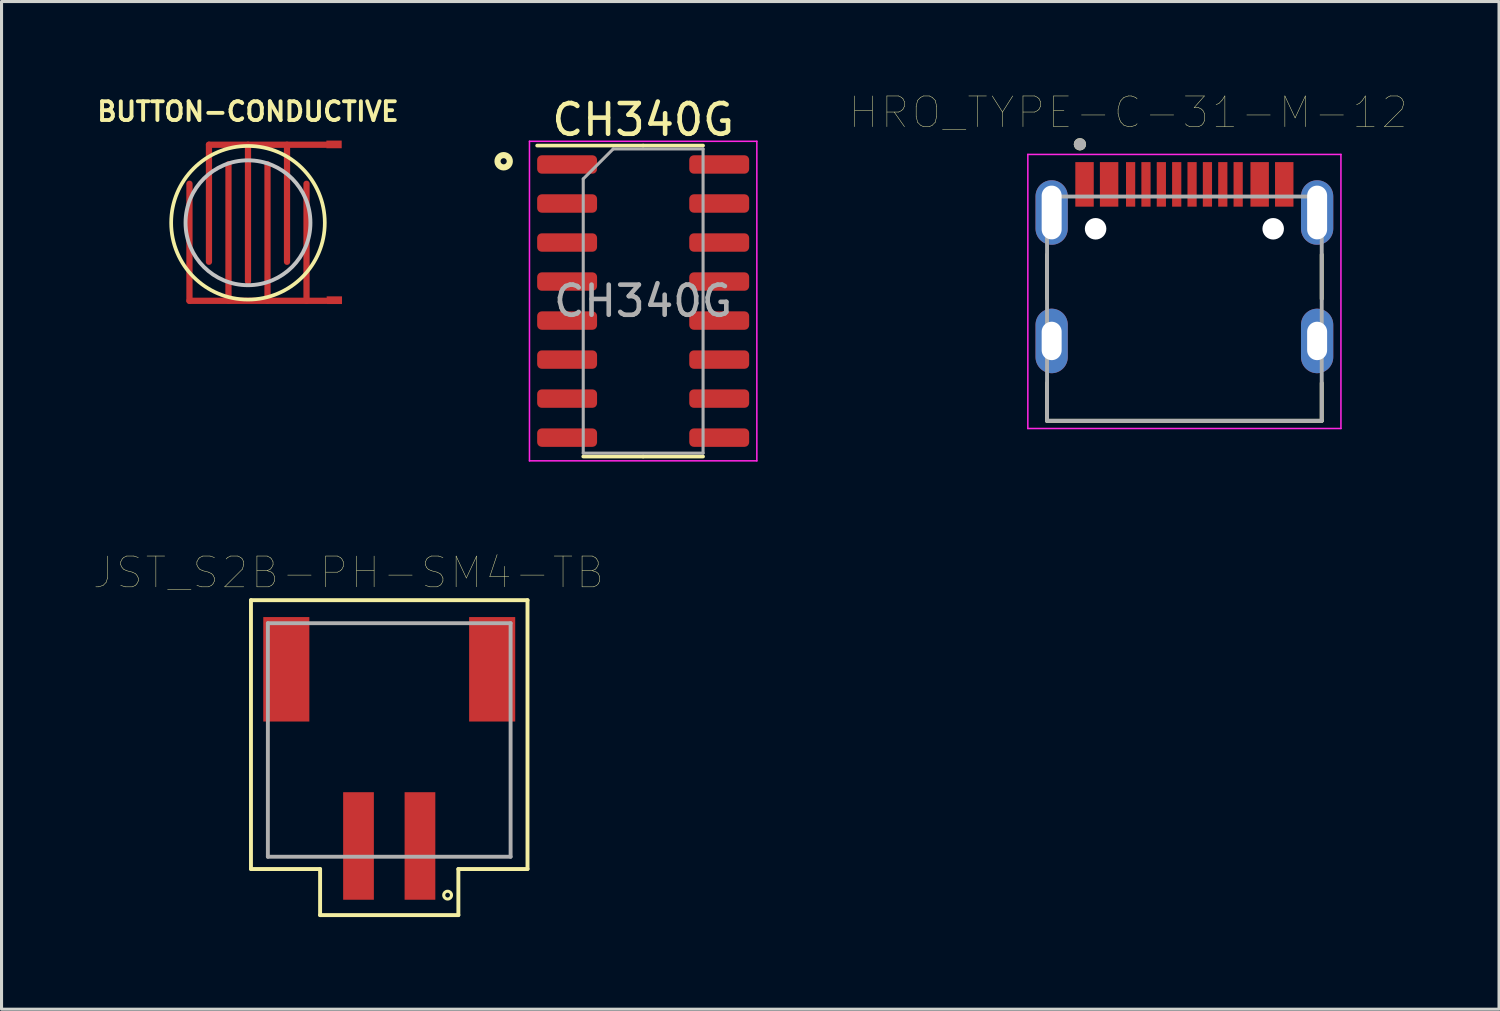
<source format=kicad_pcb>
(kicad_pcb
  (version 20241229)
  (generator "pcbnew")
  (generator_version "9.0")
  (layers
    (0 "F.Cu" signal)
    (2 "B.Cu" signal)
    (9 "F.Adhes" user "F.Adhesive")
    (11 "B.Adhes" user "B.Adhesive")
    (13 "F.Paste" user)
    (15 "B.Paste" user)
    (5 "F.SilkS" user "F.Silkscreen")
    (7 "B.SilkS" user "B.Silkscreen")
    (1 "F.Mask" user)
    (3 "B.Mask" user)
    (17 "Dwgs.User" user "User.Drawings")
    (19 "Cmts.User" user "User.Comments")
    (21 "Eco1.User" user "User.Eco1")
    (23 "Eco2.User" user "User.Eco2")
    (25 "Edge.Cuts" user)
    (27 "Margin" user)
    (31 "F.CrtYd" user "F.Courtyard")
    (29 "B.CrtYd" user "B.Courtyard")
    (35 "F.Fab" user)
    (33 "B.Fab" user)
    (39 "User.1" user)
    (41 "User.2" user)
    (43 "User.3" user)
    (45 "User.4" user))
  (footprint "HRO_TYPE-C-31-M-12"
    (layer "F.Cu")
    (at 35.497 8.046)
    (property "Reference" "HRO_TYPE-C-31-M-12" (at -1.825 -7.435 0) (layer "F.SilkS") (effects (font (size 1 1) (thickness 0.015))))
    (attr through_hole)
    (fp_line (start -4.47 -2.81) (end -4.47 -1.37) (stroke (width 0.127) (type solid)) (layer "F.SilkS"))
    (fp_line (start -4.47 2.6) (end -4.47 1.37) (stroke (width 0.127) (type solid)) (layer "F.SilkS"))
    (fp_line (start 4.47 -2.81) (end 4.47 -1.37) (stroke (width 0.127) (type solid)) (layer "F.SilkS"))
    (fp_line (start 4.47 1.37) (end 4.47 2.6) (stroke (width 0.127) (type solid)) (layer "F.SilkS"))
    (fp_line (start 4.47 2.6) (end -4.47 2.6) (stroke (width 0.127) (type solid)) (layer "F.SilkS"))
    (fp_circle (center -3.4 -6.4) (end -3.3 -6.4) (stroke (width 0.2) (type solid)) (fill no) (layer "F.SilkS"))
    (fp_line (start -5.095 -6.07) (end -5.095 2.85) (stroke (width 0.05) (type solid)) (layer "F.CrtYd"))
    (fp_line (start -5.095 2.85) (end 5.095 2.85) (stroke (width 0.05) (type solid)) (layer "F.CrtYd"))
    (fp_line (start 5.095 -6.07) (end -5.095 -6.07) (stroke (width 0.05) (type solid)) (layer "F.CrtYd"))
    (fp_line (start 5.095 2.85) (end 5.095 -6.07) (stroke (width 0.05) (type solid)) (layer "F.CrtYd"))
    (fp_line (start -4.47 -4.7) (end -4.47 2.6) (stroke (width 0.127) (type solid)) (layer "F.Fab"))
    (fp_line (start -4.47 2.6) (end 4.47 2.6) (stroke (width 0.127) (type solid)) (layer "F.Fab"))
    (fp_line (start 4.47 -4.7) (end -4.47 -4.7) (stroke (width 0.127) (type solid)) (layer "F.Fab"))
    (fp_line (start 4.47 2.6) (end 4.47 -4.7) (stroke (width 0.127) (type solid)) (layer "F.Fab"))
    (fp_circle (center -3.4 -6.4) (end -3.3 -6.4) (stroke (width 0.2) (type solid)) (fill no) (layer "F.Fab"))
    (pad "" np_thru_hole circle (at -2.89 -3.65) (size 0.7 0.7) (drill 0.7) (layers "*.Cu" "*.Mask"))
    (pad "" np_thru_hole circle (at 2.89 -3.65) (size 0.7 0.7) (drill 0.7) (layers "*.Cu" "*.Mask"))
    (pad "A1B12" smd rect (at -3.25 -5.095) (size 0.6 1.45) (layers "F.Cu" "F.Mask" "F.Paste"))
    (pad "A4B9" smd rect (at -2.45 -5.095) (size 0.6 1.45) (layers "F.Cu" "F.Mask" "F.Paste"))
    (pad "A5" smd rect (at -1.25 -5.095) (size 0.3 1.45) (layers "F.Cu" "F.Mask" "F.Paste"))
    (pad "A6" smd rect (at -0.25 -5.095) (size 0.3 1.45) (layers "F.Cu" "F.Mask" "F.Paste"))
    (pad "A7" smd rect (at 0.25 -5.095) (size 0.3 1.45) (layers "F.Cu" "F.Mask" "F.Paste"))
    (pad "A8" smd rect (at 1.25 -5.095) (size 0.3 1.45) (layers "F.Cu" "F.Mask" "F.Paste"))
    (pad "B1A12" smd rect (at 3.25 -5.095) (size 0.6 1.45) (layers "F.Cu" "F.Mask" "F.Paste"))
    (pad "B4A9" smd rect (at 2.45 -5.095) (size 0.6 1.45) (layers "F.Cu" "F.Mask" "F.Paste"))
    (pad "B5" smd rect (at 1.75 -5.095) (size 0.3 1.45) (layers "F.Cu" "F.Mask" "F.Paste"))
    (pad "B6" smd rect (at 0.75 -5.095) (size 0.3 1.45) (layers "F.Cu" "F.Mask" "F.Paste"))
    (pad "B7" smd rect (at -0.75 -5.095) (size 0.3 1.45) (layers "F.Cu" "F.Mask" "F.Paste"))
    (pad "B8" smd rect (at -1.75 -5.095) (size 0.3 1.45) (layers "F.Cu" "F.Mask" "F.Paste"))
    (pad "S1" thru_hole oval (at -4.32 -4.18) (size 1.05 2.1) (drill oval 0.65 1.75) (layers "*.Cu" "*.Mask"))
    (pad "S2" thru_hole oval (at 4.32 -4.18) (size 1.05 2.1) (drill oval 0.65 1.75) (layers "*.Cu" "*.Mask"))
    (pad "S3" thru_hole oval (at -4.32 0) (size 1.05 2.1) (drill oval 0.65 1.25) (layers "*.Cu" "*.Mask"))
    (pad "S4" thru_hole oval (at 4.32 0) (size 1.05 2.1) (drill oval 0.65 1.25) (layers "*.Cu" "*.Mask")))
  (footprint "BUTTON-CONDUCTIVE"
    (layer "F.Cu")
    (at 5.021 4.2)
    (property "Reference" "BUTTON-CONDUCTIVE" (at 0 -3.62 180) (layer "F.SilkS") (effects (font (size 0.61 0.61) (thickness 0.127))))
    (attr smd)
    (fp_line (start -1.905 -1.27) (end -1.905 2.54) (stroke (width 0.203) (type solid)) (layer "F.Cu"))
    (fp_line (start -1.905 2.54) (end 2.54 2.54) (stroke (width 0.203) (type solid)) (layer "F.Cu"))
    (fp_line (start -1.27 -2.54) (end 2.54 -2.54) (stroke (width 0.203) (type solid)) (layer "F.Cu"))
    (fp_line (start -1.27 1.27) (end -1.27 -2.54) (stroke (width 0.203) (type solid)) (layer "F.Cu"))
    (fp_line (start -0.635 -1.905) (end -0.635 2.54) (stroke (width 0.203) (type solid)) (layer "F.Cu"))
    (fp_line (start 0 1.905) (end 0 -2.54) (stroke (width 0.203) (type solid)) (layer "F.Cu"))
    (fp_line (start 0.635 -1.905) (end 0.635 2.54) (stroke (width 0.203) (type solid)) (layer "F.Cu"))
    (fp_line (start 1.27 1.27) (end 1.27 -2.54) (stroke (width 0.203) (type solid)) (layer "F.Cu"))
    (fp_line (start 1.905 -1.27) (end 1.905 2.54) (stroke (width 0.203) (type solid)) (layer "F.Cu"))
    (fp_circle (center 0 0) (end 0.254 0) (stroke (width 0.508) (type solid)) (fill no) (layer "F.Mask"))
    (fp_circle (center 0 0) (end 0.762 0) (stroke (width 0.508) (type solid)) (fill no) (layer "F.Mask"))
    (fp_circle (center 0 0) (end 1.27 0) (stroke (width 0.508) (type solid)) (fill no) (layer "F.Mask"))
    (fp_circle (center 0 0) (end 1.778 0) (stroke (width 0.508) (type solid)) (fill no) (layer "F.Mask"))
    (fp_circle (center 0 0) (end 2.5 0) (stroke (width 0.12) (type solid)) (fill no) (layer "F.SilkS"))
    (fp_circle (center 0 0) (end 0 -2.032) (stroke (width 0.127) (type solid)) (fill no) (layer "Dwgs.User"))
    (pad "1" smd rect (at 2.8 -2.55) (size 0.5 0.25) (layers "F.Cu" "F.Mask" "F.Paste"))
    (pad "2" smd rect (at 2.81 2.52) (size 0.5 0.25) (layers "F.Cu" "F.Mask" "F.Paste")))
  (footprint "CH340G"
    (layer "F.Cu")
    (at 17.882 6.748)
    (property "Reference" "CH340G" (at 0 -5.9 0) (layer "F.SilkS") (effects (font (size 1 1) (thickness 0.15))))
    (attr smd)
    (fp_line (start 0 -5.06) (end -3.45 -5.06) (stroke (width 0.12) (type solid)) (layer "F.SilkS"))
    (fp_line (start 0 -5.06) (end 1.95 -5.06) (stroke (width 0.12) (type solid)) (layer "F.SilkS"))
    (fp_line (start 0 5.06) (end -1.95 5.06) (stroke (width 0.12) (type solid)) (layer "F.SilkS"))
    (fp_line (start 0 5.06) (end 1.95 5.06) (stroke (width 0.12) (type solid)) (layer "F.SilkS"))
    (fp_circle (center -4.54 -4.55) (end -4.34 -4.55) (stroke (width 0.2) (type solid)) (fill no) (layer "F.SilkS"))
    (fp_line (start -3.7 -5.2) (end -3.7 5.2) (stroke (width 0.05) (type solid)) (layer "F.CrtYd"))
    (fp_line (start -3.7 5.2) (end 3.7 5.2) (stroke (width 0.05) (type solid)) (layer "F.CrtYd"))
    (fp_line (start 3.7 -5.2) (end -3.7 -5.2) (stroke (width 0.05) (type solid)) (layer "F.CrtYd"))
    (fp_line (start 3.7 5.2) (end 3.7 -5.2) (stroke (width 0.05) (type solid)) (layer "F.CrtYd"))
    (fp_line (start -1.95 -3.975) (end -0.975 -4.95) (stroke (width 0.1) (type solid)) (layer "F.Fab"))
    (fp_line (start -1.95 4.95) (end -1.95 -3.975) (stroke (width 0.1) (type solid)) (layer "F.Fab"))
    (fp_line (start -0.975 -4.95) (end 1.95 -4.95) (stroke (width 0.1) (type solid)) (layer "F.Fab"))
    (fp_line (start 1.95 -4.95) (end 1.95 4.95) (stroke (width 0.1) (type solid)) (layer "F.Fab"))
    (fp_line (start 1.95 4.95) (end -1.95 4.95) (stroke (width 0.1) (type solid)) (layer "F.Fab"))
    (fp_text user "${REFERENCE}" (at 0 0 0) (layer "F.Fab") (effects (font (size 0.98 0.98) (thickness 0.15))))
    (pad "1" smd roundrect (at -2.475 -4.445) (size 1.95 0.6) (layers "F.Cu" "F.Mask" "F.Paste") (roundrect_rratio 0.25))
    (pad "2" smd roundrect (at -2.475 -3.175) (size 1.95 0.6) (layers "F.Cu" "F.Mask" "F.Paste") (roundrect_rratio 0.25))
    (pad "3" smd roundrect (at -2.475 -1.905) (size 1.95 0.6) (layers "F.Cu" "F.Mask" "F.Paste") (roundrect_rratio 0.25))
    (pad "4" smd roundrect (at -2.475 -0.635) (size 1.95 0.6) (layers "F.Cu" "F.Mask" "F.Paste") (roundrect_rratio 0.25))
    (pad "5" smd roundrect (at -2.475 0.635) (size 1.95 0.6) (layers "F.Cu" "F.Mask" "F.Paste") (roundrect_rratio 0.25))
    (pad "6" smd roundrect (at -2.475 1.905) (size 1.95 0.6) (layers "F.Cu" "F.Mask" "F.Paste") (roundrect_rratio 0.25))
    (pad "7" smd roundrect (at -2.475 3.175) (size 1.95 0.6) (layers "F.Cu" "F.Mask" "F.Paste") (roundrect_rratio 0.25))
    (pad "8" smd roundrect (at -2.475 4.445) (size 1.95 0.6) (layers "F.Cu" "F.Mask" "F.Paste") (roundrect_rratio 0.25))
    (pad "9" smd roundrect (at 2.475 4.445) (size 1.95 0.6) (layers "F.Cu" "F.Mask" "F.Paste") (roundrect_rratio 0.25))
    (pad "10" smd roundrect (at 2.475 3.175) (size 1.95 0.6) (layers "F.Cu" "F.Mask" "F.Paste") (roundrect_rratio 0.25))
    (pad "11" smd roundrect (at 2.475 1.905) (size 1.95 0.6) (layers "F.Cu" "F.Mask" "F.Paste") (roundrect_rratio 0.25))
    (pad "12" smd roundrect (at 2.475 0.635) (size 1.95 0.6) (layers "F.Cu" "F.Mask" "F.Paste") (roundrect_rratio 0.25))
    (pad "13" smd roundrect (at 2.475 -0.635) (size 1.95 0.6) (layers "F.Cu" "F.Mask" "F.Paste") (roundrect_rratio 0.25))
    (pad "14" smd roundrect (at 2.475 -1.905) (size 1.95 0.6) (layers "F.Cu" "F.Mask" "F.Paste") (roundrect_rratio 0.25))
    (pad "15" smd roundrect (at 2.475 -3.175) (size 1.95 0.6) (layers "F.Cu" "F.Mask" "F.Paste") (roundrect_rratio 0.25))
    (pad "16" smd roundrect (at 2.475 -4.445) (size 1.95 0.6) (layers "F.Cu" "F.Mask" "F.Paste") (roundrect_rratio 0.25)))
  (footprint "JST_S2B-PH-SM4-TB"
    (layer "F.Cu")
    (at 9.618 24.483)
    (property "Reference" "JST_S2B-PH-SM4-TB" (at -1.327 -8.897 0) (layer "F.SilkS") (effects (font (size 1.001 1.001) (thickness 0.015))))
    (attr through_hole)
    (fp_line (start -4.5 -8) (end 4.5 -8) (stroke (width 0.127) (type solid)) (layer "F.SilkS"))
    (fp_line (start -4.5 0.75) (end -4.5 -8) (stroke (width 0.127) (type solid)) (layer "F.SilkS"))
    (fp_line (start -2.25 0.75) (end -4.5 0.75) (stroke (width 0.127) (type solid)) (layer "F.SilkS"))
    (fp_line (start -2.25 2.25) (end -2.25 0.75) (stroke (width 0.127) (type solid)) (layer "F.SilkS"))
    (fp_line (start 2.25 0.75) (end 2.25 2.25) (stroke (width 0.127) (type solid)) (layer "F.SilkS"))
    (fp_line (start 2.25 2.25) (end -2.25 2.25) (stroke (width 0.127) (type solid)) (layer "F.SilkS"))
    (fp_line (start 4.5 -8) (end 4.5 0.75) (stroke (width 0.127) (type solid)) (layer "F.SilkS"))
    (fp_line (start 4.5 0.75) (end 2.25 0.75) (stroke (width 0.127) (type solid)) (layer "F.SilkS"))
    (fp_circle (center 1.9 1.6) (end 2.027 1.6) (stroke (width 0.1) (type solid)) (fill no) (layer "F.SilkS"))
    (fp_line (start -3.95 -7.25) (end -3.95 0.35) (stroke (width 0.127) (type solid)) (layer "F.Fab"))
    (fp_line (start -3.95 0.35) (end 3.95 0.35) (stroke (width 0.127) (type solid)) (layer "F.Fab"))
    (fp_line (start 3.95 -7.25) (end -3.95 -7.25) (stroke (width 0.127) (type solid)) (layer "F.Fab"))
    (fp_line (start 3.95 0.35) (end 3.95 -7.25) (stroke (width 0.127) (type solid)) (layer "F.Fab"))
    (pad "1" smd rect (at 1 0) (size 1 3.5) (layers "F.Cu" "F.Mask" "F.Paste"))
    (pad "2" smd rect (at -1 0) (size 1 3.5) (layers "F.Cu" "F.Mask" "F.Paste"))
    (pad "P1" smd rect (at 3.35 -5.75) (size 1.5 3.4) (layers "F.Cu" "F.Mask" "F.Paste"))
    (pad "P2" smd rect (at -3.35 -5.75) (size 1.5 3.4) (layers "F.Cu" "F.Mask" "F.Paste")))
  (gr_rect
    (start -3 -3)
    (end 45.737 29.796)
    (stroke (width 0.1) (type default))
    (fill no)
    (layer "Edge.Cuts")))
</source>
